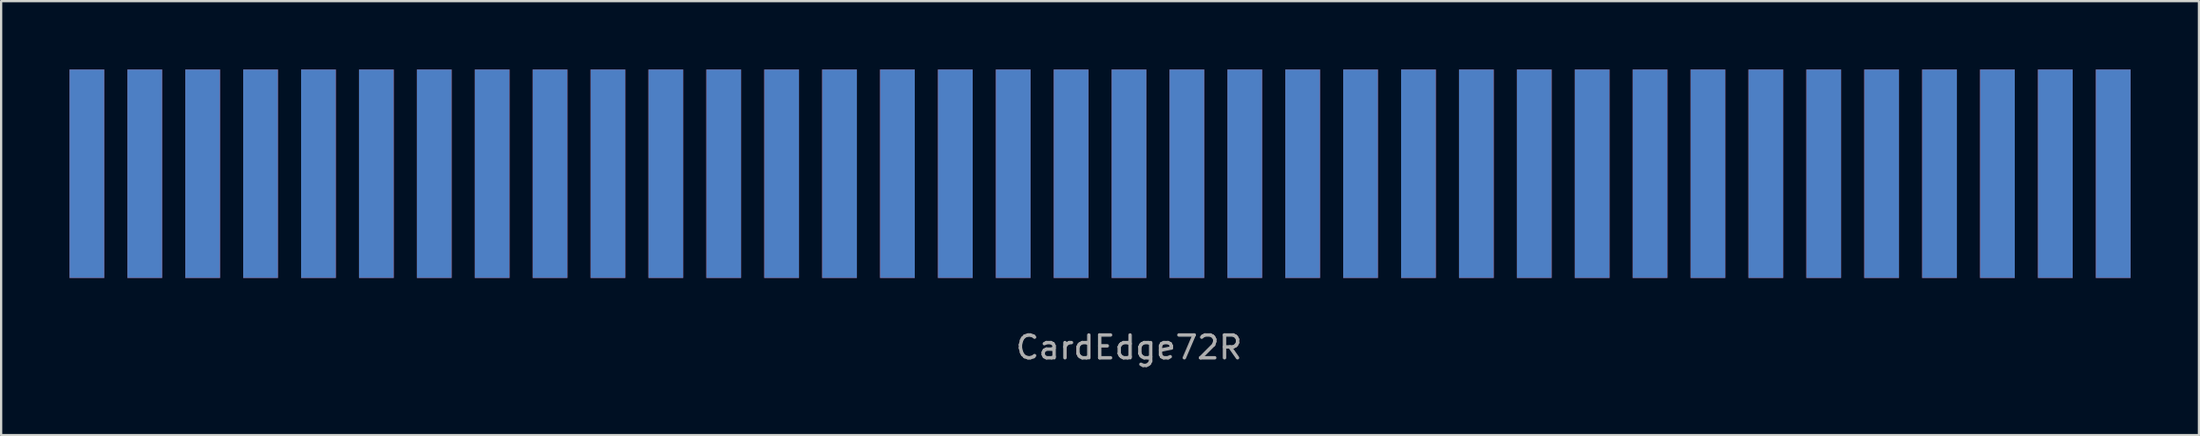
<source format=kicad_pcb>
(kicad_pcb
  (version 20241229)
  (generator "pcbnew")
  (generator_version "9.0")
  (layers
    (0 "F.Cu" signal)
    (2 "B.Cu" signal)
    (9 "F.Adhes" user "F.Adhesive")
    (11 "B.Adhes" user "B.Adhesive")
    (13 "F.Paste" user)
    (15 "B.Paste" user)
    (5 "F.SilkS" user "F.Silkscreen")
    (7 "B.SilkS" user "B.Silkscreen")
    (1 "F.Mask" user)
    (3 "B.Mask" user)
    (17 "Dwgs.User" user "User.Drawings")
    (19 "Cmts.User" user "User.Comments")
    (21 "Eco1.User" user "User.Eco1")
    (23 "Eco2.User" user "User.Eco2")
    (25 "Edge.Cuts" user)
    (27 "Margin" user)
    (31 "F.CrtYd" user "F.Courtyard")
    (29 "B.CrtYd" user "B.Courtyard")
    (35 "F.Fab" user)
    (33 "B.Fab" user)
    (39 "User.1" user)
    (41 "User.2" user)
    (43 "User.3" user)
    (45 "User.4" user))
  (footprint "CardEdge72R"
    (layer "F.Cu")
    (at 46.482 4.572)
    (property "Reference" "CardEdge72R" (at 0 7.62 0) (layer "F.Fab") (effects (font (size 1 1) (thickness 0.15))))
    (attr through_hole)
    (pad "1" connect rect (at -45.72 0) (size 1.524 9.144) (layers "F.Cu"))
    (pad "2" connect rect (at -45.72 0) (size 1.524 9.144) (layers "B.Cu"))
    (pad "3" connect rect (at -43.18 0) (size 1.524 9.144) (layers "F.Cu"))
    (pad "4" connect rect (at -43.18 0) (size 1.524 9.144) (layers "B.Cu"))
    (pad "5" connect rect (at -40.64 0) (size 1.524 9.144) (layers "F.Cu"))
    (pad "6" connect rect (at -40.64 0) (size 1.524 9.144) (layers "B.Cu"))
    (pad "7" connect rect (at -38.1 0) (size 1.524 9.144) (layers "F.Cu"))
    (pad "8" connect rect (at -38.1 0) (size 1.524 9.144) (layers "B.Cu"))
    (pad "9" connect rect (at -35.56 0) (size 1.524 9.144) (layers "F.Cu"))
    (pad "10" connect rect (at -35.56 0) (size 1.524 9.144) (layers "B.Cu"))
    (pad "11" connect rect (at -33.02 0) (size 1.524 9.144) (layers "F.Cu"))
    (pad "12" connect rect (at -33.02 0) (size 1.524 9.144) (layers "B.Cu"))
    (pad "13" connect rect (at -30.48 0) (size 1.524 9.144) (layers "F.Cu"))
    (pad "14" connect rect (at -30.48 0) (size 1.524 9.144) (layers "B.Cu"))
    (pad "15" connect rect (at -27.94 0) (size 1.524 9.144) (layers "F.Cu"))
    (pad "16" connect rect (at -27.94 0) (size 1.524 9.144) (layers "B.Cu"))
    (pad "17" connect rect (at -25.4 0) (size 1.524 9.144) (layers "F.Cu"))
    (pad "18" connect rect (at -25.4 0) (size 1.524 9.144) (layers "B.Cu"))
    (pad "19" connect rect (at -22.86 0) (size 1.524 9.144) (layers "F.Cu"))
    (pad "20" connect rect (at -22.86 0) (size 1.524 9.144) (layers "B.Cu"))
    (pad "21" connect rect (at -20.32 0) (size 1.524 9.144) (layers "F.Cu"))
    (pad "22" connect rect (at -20.32 0) (size 1.524 9.144) (layers "B.Cu"))
    (pad "23" connect rect (at -17.78 0) (size 1.524 9.144) (layers "F.Cu"))
    (pad "24" connect rect (at -17.78 0) (size 1.524 9.144) (layers "B.Cu"))
    (pad "25" connect rect (at -15.24 0) (size 1.524 9.144) (layers "F.Cu"))
    (pad "26" connect rect (at -15.24 0) (size 1.524 9.144) (layers "B.Cu"))
    (pad "27" connect rect (at -12.7 0) (size 1.524 9.144) (layers "F.Cu"))
    (pad "28" connect rect (at -12.7 0) (size 1.524 9.144) (layers "B.Cu"))
    (pad "29" connect rect (at -10.16 0) (size 1.524 9.144) (layers "F.Cu"))
    (pad "30" connect rect (at -10.16 0) (size 1.524 9.144) (layers "B.Cu"))
    (pad "31" connect rect (at -7.62 0) (size 1.524 9.144) (layers "F.Cu"))
    (pad "32" connect rect (at -7.62 0) (size 1.524 9.144) (layers "B.Cu"))
    (pad "33" connect rect (at -5.08 0) (size 1.524 9.144) (layers "F.Cu"))
    (pad "34" connect rect (at -5.08 0) (size 1.524 9.144) (layers "B.Cu"))
    (pad "35" connect rect (at -2.54 0) (size 1.524 9.144) (layers "F.Cu"))
    (pad "36" connect rect (at -2.54 0) (size 1.524 9.144) (layers "B.Cu"))
    (pad "37" connect rect (at 0 0) (size 1.524 9.144) (layers "F.Cu"))
    (pad "38" connect rect (at 0 0) (size 1.524 9.144) (layers "B.Cu"))
    (pad "39" connect rect (at 2.54 0) (size 1.524 9.144) (layers "F.Cu"))
    (pad "40" connect rect (at 2.54 0) (size 1.524 9.144) (layers "B.Cu"))
    (pad "41" connect rect (at 5.08 0) (size 1.524 9.144) (layers "F.Cu"))
    (pad "42" connect rect (at 5.08 0) (size 1.524 9.144) (layers "B.Cu"))
    (pad "43" connect rect (at 7.62 0) (size 1.524 9.144) (layers "F.Cu"))
    (pad "44" connect rect (at 7.62 0) (size 1.524 9.144) (layers "B.Cu"))
    (pad "45" connect rect (at 10.16 0) (size 1.524 9.144) (layers "F.Cu"))
    (pad "46" connect rect (at 10.16 0) (size 1.524 9.144) (layers "B.Cu"))
    (pad "47" connect rect (at 12.7 0) (size 1.524 9.144) (layers "F.Cu"))
    (pad "48" connect rect (at 12.7 0) (size 1.524 9.144) (layers "B.Cu"))
    (pad "49" connect rect (at 15.24 0) (size 1.524 9.144) (layers "F.Cu"))
    (pad "50" connect rect (at 15.24 0) (size 1.524 9.144) (layers "B.Cu"))
    (pad "51" connect rect (at 17.78 0) (size 1.524 9.144) (layers "F.Cu"))
    (pad "52" connect rect (at 17.78 0) (size 1.524 9.144) (layers "B.Cu"))
    (pad "53" connect rect (at 20.32 0) (size 1.524 9.144) (layers "F.Cu"))
    (pad "54" connect rect (at 20.32 0) (size 1.524 9.144) (layers "B.Cu"))
    (pad "55" connect rect (at 22.86 0) (size 1.524 9.144) (layers "F.Cu"))
    (pad "56" connect rect (at 22.86 0) (size 1.524 9.144) (layers "B.Cu"))
    (pad "57" connect rect (at 25.4 0) (size 1.524 9.144) (layers "F.Cu"))
    (pad "58" connect rect (at 25.4 0) (size 1.524 9.144) (layers "B.Cu"))
    (pad "59" connect rect (at 27.94 0) (size 1.524 9.144) (layers "F.Cu"))
    (pad "60" connect rect (at 27.94 0) (size 1.524 9.144) (layers "B.Cu"))
    (pad "61" connect rect (at 30.48 0) (size 1.524 9.144) (layers "F.Cu"))
    (pad "62" connect rect (at 30.48 0) (size 1.524 9.144) (layers "B.Cu"))
    (pad "63" connect rect (at 33.02 0) (size 1.524 9.144) (layers "F.Cu"))
    (pad "64" connect rect (at 33.02 0) (size 1.524 9.144) (layers "B.Cu"))
    (pad "65" connect rect (at 35.56 0) (size 1.524 9.144) (layers "F.Cu"))
    (pad "66" connect rect (at 35.56 0) (size 1.524 9.144) (layers "B.Cu"))
    (pad "67" connect rect (at 38.1 0) (size 1.524 9.144) (layers "F.Cu"))
    (pad "68" connect rect (at 38.1 0) (size 1.524 9.144) (layers "B.Cu"))
    (pad "69" connect rect (at 40.64 0) (size 1.524 9.144) (layers "F.Cu"))
    (pad "70" connect rect (at 40.64 0) (size 1.524 9.144) (layers "B.Cu"))
    (pad "71" connect rect (at 43.18 0) (size 1.524 9.144) (layers "F.Cu"))
    (pad "72" connect rect (at 43.18 0) (size 1.524 9.144) (layers "B.Cu")))
  (gr_rect
    (start -3 -3)
    (end 93.424 16.04)
    (stroke (width 0.1) (type default))
    (fill no)
    (layer "Edge.Cuts")))
</source>
